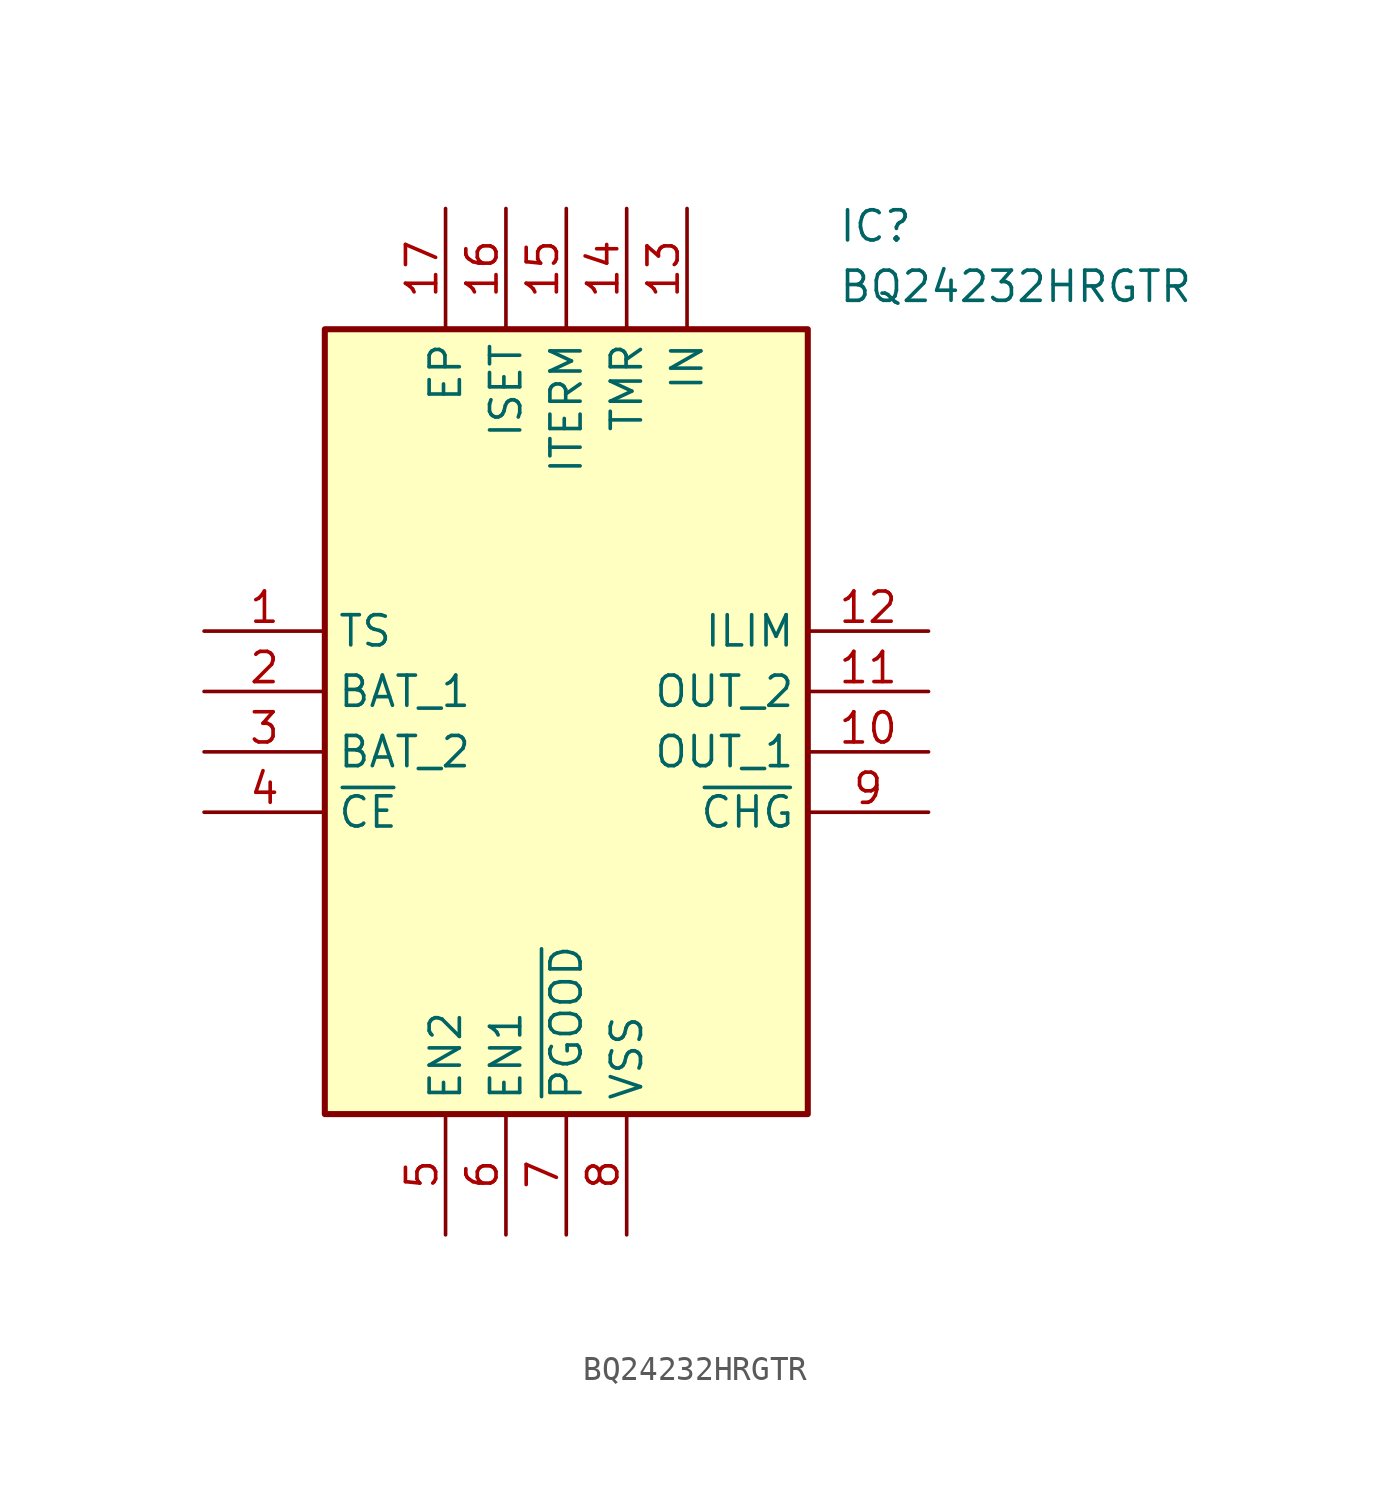
<source format=kicad_sym>
(kicad_symbol_lib
  (version 20211014)
  (generator SamacSys_ECAD_Model)
  (symbol "BQ24232HRGTR"
    (property "Reference" "IC"
      (at 26.67 17.78 0)
      (effects (font (size 1.27 1.27)) (justify left top)))
    (property "Value" "BQ24232HRGTR"
      (at 26.67 15.24 0)
      (effects (font (size 1.27 1.27)) (justify left top)))
    (rectangle
      (start 5.08 12.7)
      (end 25.4 -20.32)
      (stroke (width 0.254) (type default))
      (fill (type background)))
    (pin passive line
      (at 0 0 0)
      (length 5.08)
      (name "TS" (effects (font (size 1.27 1.27))))
      (number "1" (effects (font (size 1.27 1.27)))))
    (pin passive line
      (at 0 -2.54 0)
      (length 5.08)
      (name "BAT_1" (effects (font (size 1.27 1.27))))
      (number "2" (effects (font (size 1.27 1.27)))))
    (pin passive line
      (at 0 -5.08 0)
      (length 5.08)
      (name "BAT_2" (effects (font (size 1.27 1.27))))
      (number "3" (effects (font (size 1.27 1.27)))))
    (pin passive line
      (at 0 -7.62 0)
      (length 5.08)
      (name "~{CE}" (effects (font (size 1.27 1.27))))
      (number "4" (effects (font (size 1.27 1.27)))))
    (pin passive line
      (at 10.16 -25.4 90)
      (length 5.08)
      (name "EN2" (effects (font (size 1.27 1.27))))
      (number "5" (effects (font (size 1.27 1.27)))))
    (pin passive line
      (at 12.7 -25.4 90)
      (length 5.08)
      (name "EN1" (effects (font (size 1.27 1.27))))
      (number "6" (effects (font (size 1.27 1.27)))))
    (pin passive line
      (at 15.24 -25.4 90)
      (length 5.08)
      (name "~{PGOOD}" (effects (font (size 1.27 1.27))))
      (number "7" (effects (font (size 1.27 1.27)))))
    (pin passive line
      (at 17.78 -25.4 90)
      (length 5.08)
      (name "VSS" (effects (font (size 1.27 1.27))))
      (number "8" (effects (font (size 1.27 1.27)))))
    (pin passive line
      (at 30.48 0 180)
      (length 5.08)
      (name "ILIM" (effects (font (size 1.27 1.27))))
      (number "12" (effects (font (size 1.27 1.27)))))
    (pin passive line
      (at 30.48 -2.54 180)
      (length 5.08)
      (name "OUT_2" (effects (font (size 1.27 1.27))))
      (number "11" (effects (font (size 1.27 1.27)))))
    (pin passive line
      (at 30.48 -5.08 180)
      (length 5.08)
      (name "OUT_1" (effects (font (size 1.27 1.27))))
      (number "10" (effects (font (size 1.27 1.27)))))
    (pin passive line
      (at 30.48 -7.62 180)
      (length 5.08)
      (name "~{CHG}" (effects (font (size 1.27 1.27))))
      (number "9" (effects (font (size 1.27 1.27)))))
    (pin passive line
      (at 10.16 17.78 270)
      (length 5.08)
      (name "EP" (effects (font (size 1.27 1.27))))
      (number "17" (effects (font (size 1.27 1.27)))))
    (pin passive line
      (at 12.7 17.78 270)
      (length 5.08)
      (name "ISET" (effects (font (size 1.27 1.27))))
      (number "16" (effects (font (size 1.27 1.27)))))
    (pin passive line
      (at 15.24 17.78 270)
      (length 5.08)
      (name "ITERM" (effects (font (size 1.27 1.27))))
      (number "15" (effects (font (size 1.27 1.27)))))
    (pin passive line
      (at 17.78 17.78 270)
      (length 5.08)
      (name "TMR" (effects (font (size 1.27 1.27))))
      (number "14" (effects (font (size 1.27 1.27)))))
    (pin passive line
      (at 20.32 17.78 270)
      (length 5.08)
      (name "IN" (effects (font (size 1.27 1.27))))
      (number "13" (effects (font (size 1.27 1.27)))))))
</source>
